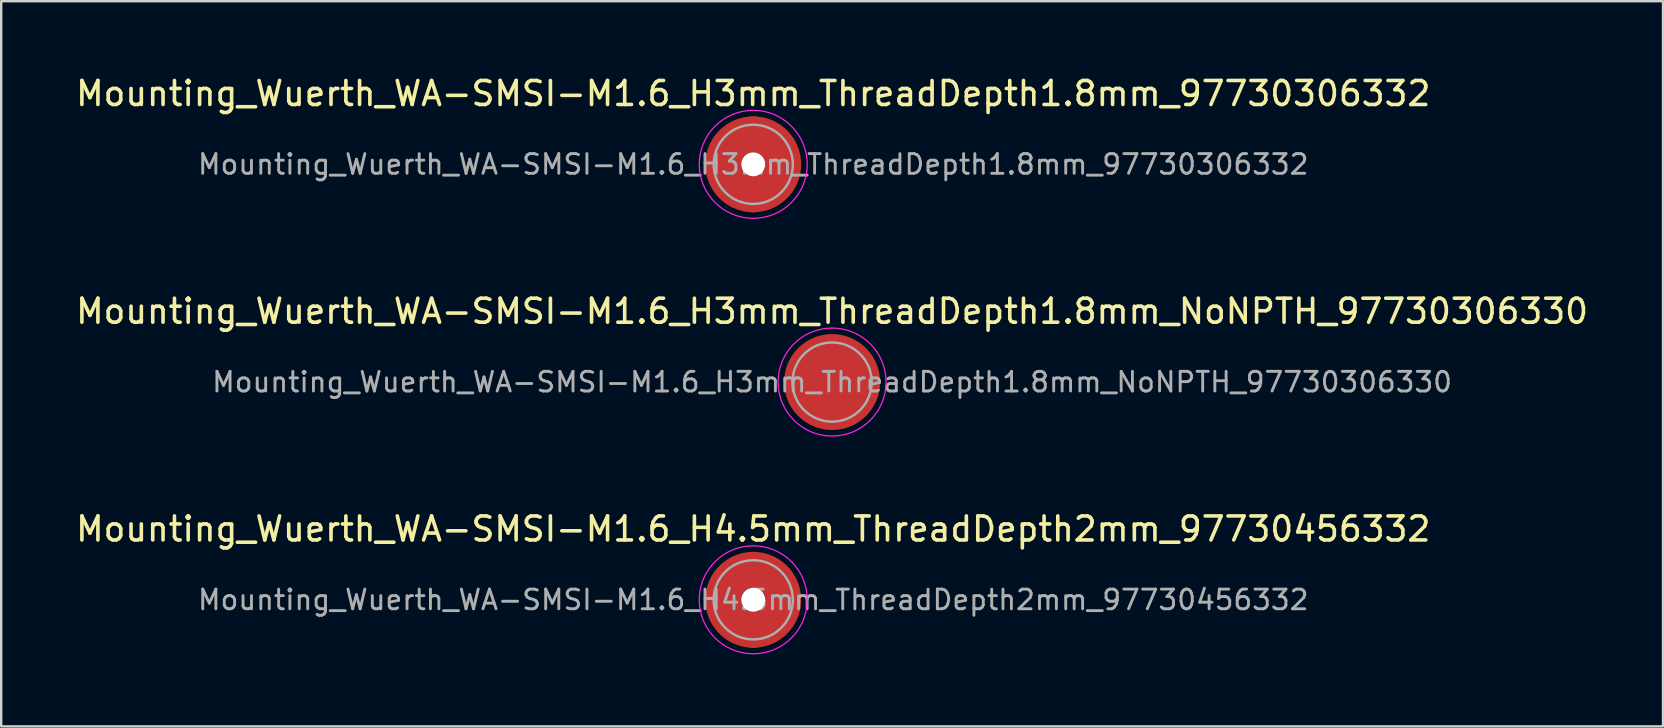
<source format=kicad_pcb>
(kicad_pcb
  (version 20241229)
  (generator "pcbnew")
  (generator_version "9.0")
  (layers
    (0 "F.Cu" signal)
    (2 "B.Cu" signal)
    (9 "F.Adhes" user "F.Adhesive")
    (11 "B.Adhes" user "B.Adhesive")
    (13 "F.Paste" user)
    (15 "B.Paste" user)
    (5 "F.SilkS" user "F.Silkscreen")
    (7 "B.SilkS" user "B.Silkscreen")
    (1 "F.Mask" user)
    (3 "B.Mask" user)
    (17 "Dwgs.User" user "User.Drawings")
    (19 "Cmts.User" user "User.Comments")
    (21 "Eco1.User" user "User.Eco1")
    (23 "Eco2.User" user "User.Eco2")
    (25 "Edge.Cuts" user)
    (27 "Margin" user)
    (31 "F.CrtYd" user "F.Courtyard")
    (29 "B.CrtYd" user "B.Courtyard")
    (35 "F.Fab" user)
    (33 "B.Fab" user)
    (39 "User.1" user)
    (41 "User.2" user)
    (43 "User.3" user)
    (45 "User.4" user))
  (footprint "Mounting_Wuerth_WA-SMSI-M1.6_H3mm_ThreadDepth1.8mm_97730306332"
    (layer "F.Cu")
    (at 28.339 3.798)
    (property "Reference" "Mounting_Wuerth_WA-SMSI-M1.6_H3mm_ThreadDepth1.8mm_97730306332" (at 0 -2.95 0) (layer "F.SilkS") (effects (font (size 1 1) (thickness 0.15))))
    (attr smd)
    (fp_circle (center 0 0) (end 2.25 0) (stroke (width 0.05) (type solid)) (fill no) (layer "F.CrtYd"))
    (fp_circle (center 0 0) (end 1.65 0) (stroke (width 0.1) (type solid)) (fill no) (layer "F.Fab"))
    (fp_text user "${REFERENCE}" (at 0 0 0) (layer "F.Fab") (effects (font (size 0.82 0.82) (thickness 0.12))))
    (pad "" smd custom (at 0 -1.25) (size 1.3 1.3) (layers "F.Paste") (options (anchor circle)) (primitives (gr_arc (start -0.3 0.375) (mid 0 0.325) (end 0.3 0.375) (width 0.65)) (gr_arc (start -0.892679 0.375) (mid 0 0) (end 0.892679 0.375) (width 0.65)) (gr_arc (start -1.30958 0.375) (mid 0 -0.325) (end 1.30958 0.375) (width 0.65)) (gr_line (start 0.3 0.375) (end 1.31 0.375) (width 0.65)) (gr_line (start -0.3 0.375) (end -1.31 0.375) (width 0.65))))
    (pad "" np_thru_hole circle (at 0 0) (size 1 1) (drill 1) (layers "*.Cu" "*.Mask"))
    (pad "" smd custom (at 0 1.25) (size 1.3 1.3) (layers "F.Paste") (options (anchor circle)) (primitives (gr_arc (start 0.3 -0.375) (mid 0 -0.325) (end -0.3 -0.375) (width 0.65)) (gr_arc (start 0.892679 -0.375) (mid 0 0) (end -0.892679 -0.375) (width 0.65)) (gr_arc (start 1.30958 -0.375) (mid 0 0.325) (end -1.30958 -0.375) (width 0.65)) (gr_line (start -0.3 -0.375) (end -1.31 -0.375) (width 0.65)) (gr_line (start 0.3 -0.375) (end 1.31 -0.375) (width 0.65))))
    (pad "1" smd circle (at -1.25 0) (size 1.5 1.5) (layers "F.Cu"))
    (pad "1" smd circle (at 0 -1.25) (size 1.5 1.5) (layers "F.Cu"))
    (pad "1" smd circle (at 0 1.25) (size 1.5 1.5) (layers "F.Cu"))
    (pad "1" smd custom (at 1.25 0) (size 1.5 1.5) (layers "F.Cu" "F.Mask") (options (anchor circle)) (primitives (gr_circle (center -1.25 0) (end 0 0) (width 1.5) (fill no)))))
  (footprint "Mounting_Wuerth_WA-SMSI-M1.6_H3mm_ThreadDepth1.8mm_NoNPTH_97730306330"
    (layer "F.Cu")
    (at 31.625 12.871)
    (property "Reference" "Mounting_Wuerth_WA-SMSI-M1.6_H3mm_ThreadDepth1.8mm_NoNPTH_97730306330" (at 0 -2.95 0) (layer "F.SilkS") (effects (font (size 1 1) (thickness 0.15))))
    (attr smd)
    (fp_circle (center 0 0) (end 2.25 0) (stroke (width 0.05) (type solid)) (fill no) (layer "F.CrtYd"))
    (fp_circle (center 0 0) (end 1.65 0) (stroke (width 0.1) (type solid)) (fill no) (layer "F.Fab"))
    (fp_text user "${REFERENCE}" (at 0 0 0) (layer "F.Fab") (effects (font (size 0.82 0.82) (thickness 0.12))))
    (pad "" smd custom (at -0.778 -0.778) (size 0.8 0.8) (layers "F.Paste") (options (anchor circle)) (primitives (gr_arc (start 0.465568 0.527817) (mid 0.494975 0.494974) (end 0.527818 0.465567) (width 0.2)) (gr_arc (start 0.344805 0.527817) (mid 0.424264 0.424264) (end 0.527818 0.344805) (width 0.2)) (gr_arc (start 0.232382 0.527817) (mid 0.353553 0.353553) (end 0.527817 0.232382) (width 0.2)) (gr_arc (start 0.123983 0.527817) (mid 0.282843 0.282842) (end 0.527818 0.123983) (width 0.2)) (gr_arc (start 0.017883 0.527817) (mid 0.212132 0.212132) (end 0.527817 0.017883) (width 0.2)) (gr_arc (start -0.086763 0.527817) (mid 0.141421 0.141421) (end 0.527817 -0.086763) (width 0.2)) (gr_arc (start -0.190428 0.527817) (mid 0.070711 0.070711) (end 0.527817 -0.190428) (width 0.2)) (gr_arc (start -0.293397 0.527817) (mid 0 0) (end 0.527817 -0.293397) (width 0.2)) (gr_arc (start -0.395852 0.527817) (mid -0.070711 -0.070711) (end 0.527817 -0.395852) (width 0.2)) (gr_arc (start -0.497918 0.527817) (mid -0.141422 -0.141422) (end 0.527817 -0.497918) (width 0.2)) (gr_arc (start -0.59968 0.527817) (mid -0.212132 -0.212132) (end 0.527817 -0.59968) (width 0.2)) (gr_arc (start -0.701202 0.527817) (mid -0.282843 -0.282843) (end 0.527817 -0.701202) (width 0.2)) (gr_arc (start -0.802531 0.527817) (mid -0.353554 -0.353554) (end 0.527817 -0.802531) (width 0.2)) (gr_arc (start -0.9037 0.527817) (mid -0.424264 -0.424264) (end 0.527817 -0.9037) (width 0.2)) (gr_arc (start -1.004737 0.527817) (mid -0.494975 -0.494975) (end 0.527817 -1.004737) (width 0.2)) (gr_line (start 0.528 0.466) (end 0.528 -1.005) (width 0.2)) (gr_line (start 0.466 0.528) (end -1.005 0.528) (width 0.2))))
    (pad "" smd custom (at -0.778 0.778) (size 0.8 0.8) (layers "F.Paste") (options (anchor circle)) (primitives (gr_arc (start 0.527817 -0.465568) (mid 0.494974 -0.494975) (end 0.465567 -0.527818) (width 0.2)) (gr_arc (start 0.527817 -0.344805) (mid 0.424264 -0.424264) (end 0.344805 -0.527818) (width 0.2)) (gr_arc (start 0.527817 -0.232382) (mid 0.353553 -0.353553) (end 0.232382 -0.527817) (width 0.2)) (gr_arc (start 0.527817 -0.123983) (mid 0.282842 -0.282843) (end 0.123983 -0.527818) (width 0.2)) (gr_arc (start 0.527817 -0.017883) (mid 0.212132 -0.212132) (end 0.017883 -0.527817) (width 0.2)) (gr_arc (start 0.527817 0.086763) (mid 0.141421 -0.141421) (end -0.086763 -0.527817) (width 0.2)) (gr_arc (start 0.527817 0.190428) (mid 0.070711 -0.070711) (end -0.190428 -0.527817) (width 0.2)) (gr_arc (start 0.527817 0.293397) (mid 0 0) (end -0.293397 -0.527817) (width 0.2)) (gr_arc (start 0.527817 0.395852) (mid -0.070711 0.070711) (end -0.395852 -0.527817) (width 0.2)) (gr_arc (start 0.527817 0.497918) (mid -0.141422 0.141422) (end -0.497918 -0.527817) (width 0.2)) (gr_arc (start 0.527817 0.59968) (mid -0.212132 0.212132) (end -0.59968 -0.527817) (width 0.2)) (gr_arc (start 0.527817 0.701202) (mid -0.282843 0.282843) (end -0.701202 -0.527817) (width 0.2)) (gr_arc (start 0.527817 0.802531) (mid -0.353554 0.353554) (end -0.802531 -0.527817) (width 0.2)) (gr_arc (start 0.527817 0.9037) (mid -0.424264 0.424264) (end -0.9037 -0.527817) (width 0.2)) (gr_arc (start 0.527817 1.004737) (mid -0.494975 0.494975) (end -1.004737 -0.527817) (width 0.2)) (gr_line (start 0.466 -0.528) (end -1.005 -0.528) (width 0.2)) (gr_line (start 0.528 -0.466) (end 0.528 1.005) (width 0.2))))
    (pad "" smd custom (at 0.778 -0.778) (size 0.8 0.8) (layers "F.Paste") (options (anchor circle)) (primitives (gr_arc (start -0.527817 0.465568) (mid -0.494974 0.494975) (end -0.465567 0.527818) (width 0.2)) (gr_arc (start -0.527817 0.344805) (mid -0.424264 0.424264) (end -0.344805 0.527818) (width 0.2)) (gr_arc (start -0.527817 0.232382) (mid -0.353553 0.353553) (end -0.232382 0.527817) (width 0.2)) (gr_arc (start -0.527817 0.123983) (mid -0.282842 0.282843) (end -0.123983 0.527818) (width 0.2)) (gr_arc (start -0.527817 0.017883) (mid -0.212132 0.212132) (end -0.017883 0.527817) (width 0.2)) (gr_arc (start -0.527817 -0.086763) (mid -0.141421 0.141421) (end 0.086763 0.527817) (width 0.2)) (gr_arc (start -0.527817 -0.190428) (mid -0.070711 0.070711) (end 0.190428 0.527817) (width 0.2)) (gr_arc (start -0.527817 -0.293397) (mid 0 0) (end 0.293397 0.527817) (width 0.2)) (gr_arc (start -0.527817 -0.395852) (mid 0.070711 -0.070711) (end 0.395852 0.527817) (width 0.2)) (gr_arc (start -0.527817 -0.497918) (mid 0.141422 -0.141422) (end 0.497918 0.527817) (width 0.2)) (gr_arc (start -0.527817 -0.59968) (mid 0.212132 -0.212132) (end 0.59968 0.527817) (width 0.2)) (gr_arc (start -0.527817 -0.701202) (mid 0.282843 -0.282843) (end 0.701202 0.527817) (width 0.2)) (gr_arc (start -0.527817 -0.802531) (mid 0.353554 -0.353554) (end 0.802531 0.527817) (width 0.2)) (gr_arc (start -0.527817 -0.9037) (mid 0.424264 -0.424264) (end 0.9037 0.527817) (width 0.2)) (gr_arc (start -0.527817 -1.004737) (mid 0.494975 -0.494975) (end 1.004737 0.527817) (width 0.2)) (gr_line (start -0.466 0.528) (end 1.005 0.528) (width 0.2)) (gr_line (start -0.528 0.466) (end -0.528 -1.005) (width 0.2))))
    (pad "" smd custom (at 0.778 0.778) (size 0.8 0.8) (layers "F.Paste") (options (anchor circle)) (primitives (gr_arc (start -0.465568 -0.527817) (mid -0.494975 -0.494974) (end -0.527818 -0.465567) (width 0.2)) (gr_arc (start -0.344805 -0.527817) (mid -0.424264 -0.424264) (end -0.527818 -0.344805) (width 0.2)) (gr_arc (start -0.232382 -0.527817) (mid -0.353553 -0.353553) (end -0.527817 -0.232382) (width 0.2)) (gr_arc (start -0.123983 -0.527817) (mid -0.282843 -0.282842) (end -0.527818 -0.123983) (width 0.2)) (gr_arc (start -0.017883 -0.527817) (mid -0.212132 -0.212132) (end -0.527817 -0.017883) (width 0.2)) (gr_arc (start 0.086763 -0.527817) (mid -0.141421 -0.141421) (end -0.527817 0.086763) (width 0.2)) (gr_arc (start 0.190428 -0.527817) (mid -0.070711 -0.070711) (end -0.527817 0.190428) (width 0.2)) (gr_arc (start 0.293397 -0.527817) (mid 0 0) (end -0.527817 0.293397) (width 0.2)) (gr_arc (start 0.395852 -0.527817) (mid 0.070711 0.070711) (end -0.527817 0.395852) (width 0.2)) (gr_arc (start 0.497918 -0.527817) (mid 0.141422 0.141422) (end -0.527817 0.497918) (width 0.2)) (gr_arc (start 0.59968 -0.527817) (mid 0.212132 0.212132) (end -0.527817 0.59968) (width 0.2)) (gr_arc (start 0.701202 -0.527817) (mid 0.282843 0.282843) (end -0.527817 0.701202) (width 0.2)) (gr_arc (start 0.802531 -0.527817) (mid 0.353554 0.353554) (end -0.527817 0.802531) (width 0.2)) (gr_arc (start 0.9037 -0.527817) (mid 0.424264 0.424264) (end -0.527817 0.9037) (width 0.2)) (gr_arc (start 1.004737 -0.527817) (mid 0.494975 0.494975) (end -0.527817 1.004737) (width 0.2)) (gr_line (start -0.528 -0.466) (end -0.528 1.005) (width 0.2)) (gr_line (start -0.466 -0.528) (end 1.005 -0.528) (width 0.2))))
    (pad "1" smd circle (at 0 0) (size 4 4) (layers "F.Cu" "F.Mask")))
  (footprint "Mounting_Wuerth_WA-SMSI-M1.6_H4.5mm_ThreadDepth2mm_97730456332"
    (layer "F.Cu")
    (at 28.339 21.945)
    (property "Reference" "Mounting_Wuerth_WA-SMSI-M1.6_H4.5mm_ThreadDepth2mm_97730456332" (at 0 -2.95 0) (layer "F.SilkS") (effects (font (size 1 1) (thickness 0.15))))
    (attr smd)
    (fp_circle (center 0 0) (end 2.25 0) (stroke (width 0.05) (type solid)) (fill no) (layer "F.CrtYd"))
    (fp_circle (center 0 0) (end 1.65 0) (stroke (width 0.1) (type solid)) (fill no) (layer "F.Fab"))
    (fp_text user "${REFERENCE}" (at 0 0 0) (layer "F.Fab") (effects (font (size 0.82 0.82) (thickness 0.12))))
    (pad "" smd custom (at 0 -1.25) (size 0.65 0.65) (layers "F.Paste") (options (anchor circle)) (primitives (gr_arc (start -0.259808 0.6) (mid 0 0.55) (end 0.259807 0.6) (width 0.2)) (gr_arc (start -0.466369 0.6) (mid 0 0.45) (end 0.466369 0.6) (width 0.2)) (gr_arc (start -0.622495 0.6) (mid 0 0.35) (end 0.622495 0.6) (width 0.2)) (gr_arc (start -0.759934 0.6) (mid 0 0.25) (end 0.759934 0.6) (width 0.2)) (gr_arc (start -0.887412 0.6) (mid 0 0.15) (end 0.887412 0.6) (width 0.2)) (gr_arc (start -1.008712 0.6) (mid 0 0.05) (end 1.008712 0.6) (width 0.2)) (gr_arc (start -1.125833 0.6) (mid 0 -0.05) (end 1.125833 0.6) (width 0.2)) (gr_arc (start -1.23996 0.6) (mid 0 -0.15) (end 1.23996 0.6) (width 0.2)) (gr_arc (start -1.351851 0.6) (mid 0 -0.25) (end 1.351851 0.6) (width 0.2)) (gr_arc (start -1.462019 0.6) (mid 0 -0.35) (end 1.462019 0.6) (width 0.2)) (gr_arc (start -1.570828 0.6) (mid 0 -0.45) (end 1.570828 0.6) (width 0.2)) (gr_arc (start -1.678541 0.6) (mid 0 -0.55) (end 1.678541 0.6) (width 0.2)) (gr_line (start 0.26 0.6) (end 1.679 0.6) (width 0.2)) (gr_line (start -0.26 0.6) (end -1.679 0.6) (width 0.2))))
    (pad "" np_thru_hole circle (at 0 0) (size 1 1) (drill 1) (layers "*.Cu" "*.Mask"))
    (pad "" smd custom (at 0 1.25) (size 0.65 0.65) (layers "F.Paste") (options (anchor circle)) (primitives (gr_arc (start 0.259808 -0.6) (mid 0 -0.55) (end -0.259807 -0.6) (width 0.2)) (gr_arc (start 0.466369 -0.6) (mid 0 -0.45) (end -0.466369 -0.6) (width 0.2)) (gr_arc (start 0.622495 -0.6) (mid 0 -0.35) (end -0.622495 -0.6) (width 0.2)) (gr_arc (start 0.759934 -0.6) (mid 0 -0.25) (end -0.759934 -0.6) (width 0.2)) (gr_arc (start 0.887412 -0.6) (mid 0 -0.15) (end -0.887412 -0.6) (width 0.2)) (gr_arc (start 1.008712 -0.6) (mid 0 -0.05) (end -1.008712 -0.6) (width 0.2)) (gr_arc (start 1.125833 -0.6) (mid 0 0.05) (end -1.125833 -0.6) (width 0.2)) (gr_arc (start 1.23996 -0.6) (mid 0 0.15) (end -1.23996 -0.6) (width 0.2)) (gr_arc (start 1.351851 -0.6) (mid 0 0.25) (end -1.351851 -0.6) (width 0.2)) (gr_arc (start 1.462019 -0.6) (mid 0 0.35) (end -1.462019 -0.6) (width 0.2)) (gr_arc (start 1.570828 -0.6) (mid 0 0.45) (end -1.570828 -0.6) (width 0.2)) (gr_arc (start 1.678541 -0.6) (mid 0 0.55) (end -1.678541 -0.6) (width 0.2)) (gr_line (start -0.26 -0.6) (end -1.679 -0.6) (width 0.2)) (gr_line (start 0.26 -0.6) (end 1.679 -0.6) (width 0.2))))
    (pad "1" smd circle (at -1.25 0) (size 1.5 1.5) (layers "F.Cu"))
    (pad "1" smd circle (at 0 -1.25) (size 1.5 1.5) (layers "F.Cu"))
    (pad "1" smd circle (at 0 1.25) (size 1.5 1.5) (layers "F.Cu"))
    (pad "1" smd custom (at 1.25 0) (size 1.5 1.5) (layers "F.Cu" "F.Mask") (options (anchor circle)) (primitives (gr_circle (center -1.25 0) (end 0 0) (width 1.5) (fill no)))))
  (gr_rect
    (start -3 -3)
    (end 66.25 27.22)
    (stroke (width 0.1) (type default))
    (fill no)
    (layer "Edge.Cuts")))
</source>
